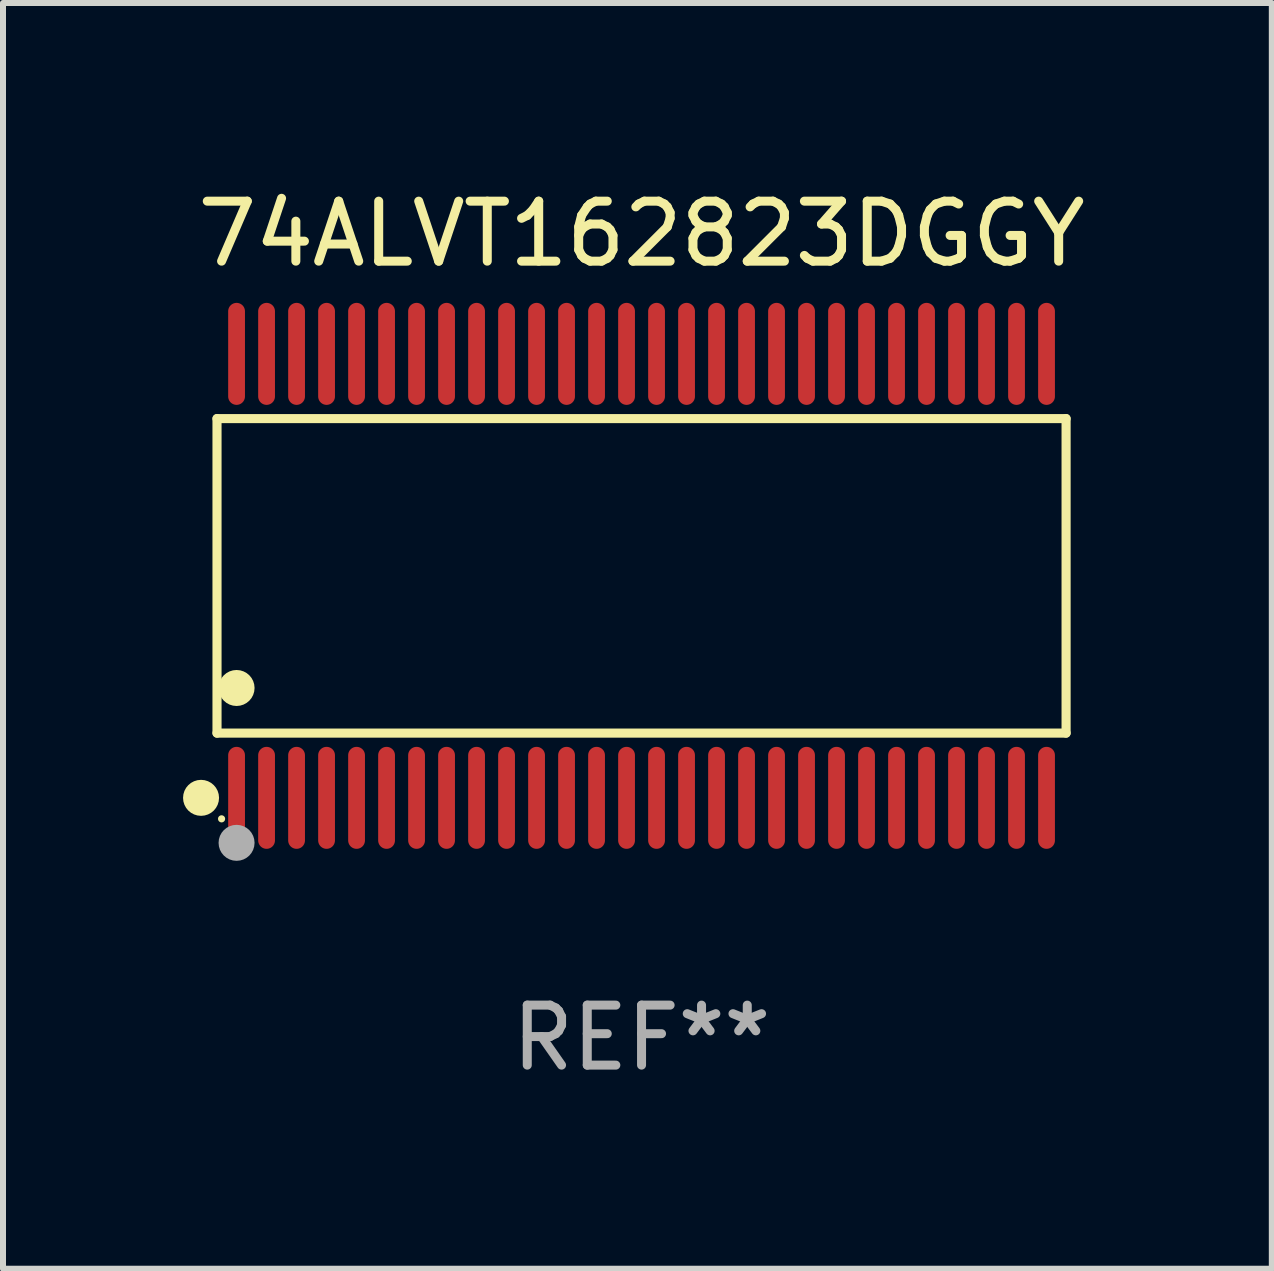
<source format=kicad_pcb>
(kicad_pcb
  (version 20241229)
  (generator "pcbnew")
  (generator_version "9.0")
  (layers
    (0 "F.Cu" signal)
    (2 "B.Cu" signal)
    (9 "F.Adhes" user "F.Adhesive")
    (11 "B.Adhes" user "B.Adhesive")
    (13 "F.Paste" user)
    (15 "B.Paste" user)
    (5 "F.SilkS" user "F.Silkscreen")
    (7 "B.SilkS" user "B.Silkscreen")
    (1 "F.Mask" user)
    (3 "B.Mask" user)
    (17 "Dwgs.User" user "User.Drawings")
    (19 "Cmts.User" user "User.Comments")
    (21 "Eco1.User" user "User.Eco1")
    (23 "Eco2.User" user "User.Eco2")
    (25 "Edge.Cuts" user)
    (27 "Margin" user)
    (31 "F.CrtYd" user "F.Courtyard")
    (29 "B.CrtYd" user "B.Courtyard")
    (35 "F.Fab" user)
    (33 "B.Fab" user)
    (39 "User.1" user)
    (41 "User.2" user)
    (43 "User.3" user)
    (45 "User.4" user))
  (footprint "74ALVT162823DGGY"
    (layer "F.Cu")
    (at 7.643 6.548)
    (property "Reference" "74ALVT162823DGGY" (at 0 -5.7 0) (layer "F.SilkS") (effects (font (size 1 1) (thickness 0.15))))
    (attr through_hole)
    (fp_line (start -7.076 -2.621) (end 7.076 -2.621) (stroke (width 0.152) (type solid)) (layer "F.SilkS"))
    (fp_line (start -7.076 2.621) (end -7.076 -2.621) (stroke (width 0.152) (type solid)) (layer "F.SilkS"))
    (fp_line (start 7.076 -2.621) (end 7.076 2.621) (stroke (width 0.152) (type solid)) (layer "F.SilkS"))
    (fp_line (start 7.076 2.621) (end -7.076 2.621) (stroke (width 0.152) (type solid)) (layer "F.SilkS"))
    (fp_circle (center -7.342 3.7) (end -7.192 3.7) (stroke (width 0.3) (type solid)) (fill no) (layer "F.SilkS"))
    (fp_circle (center -7 4.05) (end -6.97 4.05) (stroke (width 0.06) (type solid)) (fill no) (layer "F.SilkS"))
    (fp_circle (center -6.75 1.869) (end -6.6 1.869) (stroke (width 0.3) (type solid)) (fill no) (layer "F.SilkS"))
    (fp_circle (center -6.75 4.45) (end -6.6 4.45) (stroke (width 0.3) (type solid)) (fill no) (layer "F.Fab"))
    (fp_text user "REF**" (at 0 7.7 0) (layer "F.Fab") (effects (font (size 1 1) (thickness 0.15))))
    (pad "1" smd oval (at -6.75 3.7) (size 0.28 1.7) (layers "F.Cu" "F.Mask" "F.Paste"))
    (pad "2" smd oval (at -6.25 3.7) (size 0.28 1.7) (layers "F.Cu" "F.Mask" "F.Paste"))
    (pad "3" smd oval (at -5.75 3.7) (size 0.28 1.7) (layers "F.Cu" "F.Mask" "F.Paste"))
    (pad "4" smd oval (at -5.25 3.7) (size 0.28 1.7) (layers "F.Cu" "F.Mask" "F.Paste"))
    (pad "5" smd oval (at -4.75 3.7) (size 0.28 1.7) (layers "F.Cu" "F.Mask" "F.Paste"))
    (pad "6" smd oval (at -4.25 3.7) (size 0.28 1.7) (layers "F.Cu" "F.Mask" "F.Paste"))
    (pad "7" smd oval (at -3.75 3.7) (size 0.28 1.7) (layers "F.Cu" "F.Mask" "F.Paste"))
    (pad "8" smd oval (at -3.25 3.7) (size 0.28 1.7) (layers "F.Cu" "F.Mask" "F.Paste"))
    (pad "9" smd oval (at -2.75 3.7) (size 0.28 1.7) (layers "F.Cu" "F.Mask" "F.Paste"))
    (pad "10" smd oval (at -2.25 3.7) (size 0.28 1.7) (layers "F.Cu" "F.Mask" "F.Paste"))
    (pad "11" smd oval (at -1.75 3.7) (size 0.28 1.7) (layers "F.Cu" "F.Mask" "F.Paste"))
    (pad "12" smd oval (at -1.25 3.7) (size 0.28 1.7) (layers "F.Cu" "F.Mask" "F.Paste"))
    (pad "13" smd oval (at -0.75 3.7) (size 0.28 1.7) (layers "F.Cu" "F.Mask" "F.Paste"))
    (pad "14" smd oval (at -0.25 3.7) (size 0.28 1.7) (layers "F.Cu" "F.Mask" "F.Paste"))
    (pad "15" smd oval (at 0.25 3.7) (size 0.28 1.7) (layers "F.Cu" "F.Mask" "F.Paste"))
    (pad "16" smd oval (at 0.75 3.7) (size 0.28 1.7) (layers "F.Cu" "F.Mask" "F.Paste"))
    (pad "17" smd oval (at 1.25 3.7) (size 0.28 1.7) (layers "F.Cu" "F.Mask" "F.Paste"))
    (pad "18" smd oval (at 1.75 3.7) (size 0.28 1.7) (layers "F.Cu" "F.Mask" "F.Paste"))
    (pad "19" smd oval (at 2.25 3.7) (size 0.28 1.7) (layers "F.Cu" "F.Mask" "F.Paste"))
    (pad "20" smd oval (at 2.75 3.7) (size 0.28 1.7) (layers "F.Cu" "F.Mask" "F.Paste"))
    (pad "21" smd oval (at 3.25 3.7) (size 0.28 1.7) (layers "F.Cu" "F.Mask" "F.Paste"))
    (pad "22" smd oval (at 3.75 3.7) (size 0.28 1.7) (layers "F.Cu" "F.Mask" "F.Paste"))
    (pad "23" smd oval (at 4.25 3.7) (size 0.28 1.7) (layers "F.Cu" "F.Mask" "F.Paste"))
    (pad "24" smd oval (at 4.75 3.7) (size 0.28 1.7) (layers "F.Cu" "F.Mask" "F.Paste"))
    (pad "25" smd oval (at 5.25 3.7) (size 0.28 1.7) (layers "F.Cu" "F.Mask" "F.Paste"))
    (pad "26" smd oval (at 5.75 3.7) (size 0.28 1.7) (layers "F.Cu" "F.Mask" "F.Paste"))
    (pad "27" smd oval (at 6.25 3.7) (size 0.28 1.7) (layers "F.Cu" "F.Mask" "F.Paste"))
    (pad "28" smd oval (at 6.75 3.7) (size 0.28 1.7) (layers "F.Cu" "F.Mask" "F.Paste"))
    (pad "29" smd oval (at 6.75 -3.7) (size 0.28 1.7) (layers "F.Cu" "F.Mask" "F.Paste"))
    (pad "30" smd oval (at 6.25 -3.7) (size 0.28 1.7) (layers "F.Cu" "F.Mask" "F.Paste"))
    (pad "31" smd oval (at 5.75 -3.7) (size 0.28 1.7) (layers "F.Cu" "F.Mask" "F.Paste"))
    (pad "32" smd oval (at 5.25 -3.7) (size 0.28 1.7) (layers "F.Cu" "F.Mask" "F.Paste"))
    (pad "33" smd oval (at 4.75 -3.7) (size 0.28 1.7) (layers "F.Cu" "F.Mask" "F.Paste"))
    (pad "34" smd oval (at 4.25 -3.7) (size 0.28 1.7) (layers "F.Cu" "F.Mask" "F.Paste"))
    (pad "35" smd oval (at 3.75 -3.7) (size 0.28 1.7) (layers "F.Cu" "F.Mask" "F.Paste"))
    (pad "36" smd oval (at 3.25 -3.7) (size 0.28 1.7) (layers "F.Cu" "F.Mask" "F.Paste"))
    (pad "37" smd oval (at 2.75 -3.7) (size 0.28 1.7) (layers "F.Cu" "F.Mask" "F.Paste"))
    (pad "38" smd oval (at 2.25 -3.7) (size 0.28 1.7) (layers "F.Cu" "F.Mask" "F.Paste"))
    (pad "39" smd oval (at 1.75 -3.7) (size 0.28 1.7) (layers "F.Cu" "F.Mask" "F.Paste"))
    (pad "40" smd oval (at 1.25 -3.7) (size 0.28 1.7) (layers "F.Cu" "F.Mask" "F.Paste"))
    (pad "41" smd oval (at 0.75 -3.7) (size 0.28 1.7) (layers "F.Cu" "F.Mask" "F.Paste"))
    (pad "42" smd oval (at 0.25 -3.7) (size 0.28 1.7) (layers "F.Cu" "F.Mask" "F.Paste"))
    (pad "43" smd oval (at -0.25 -3.7) (size 0.28 1.7) (layers "F.Cu" "F.Mask" "F.Paste"))
    (pad "44" smd oval (at -0.75 -3.7) (size 0.28 1.7) (layers "F.Cu" "F.Mask" "F.Paste"))
    (pad "45" smd oval (at -1.25 -3.7) (size 0.28 1.7) (layers "F.Cu" "F.Mask" "F.Paste"))
    (pad "46" smd oval (at -1.75 -3.7) (size 0.28 1.7) (layers "F.Cu" "F.Mask" "F.Paste"))
    (pad "47" smd oval (at -2.25 -3.7) (size 0.28 1.7) (layers "F.Cu" "F.Mask" "F.Paste"))
    (pad "48" smd oval (at -2.75 -3.7) (size 0.28 1.7) (layers "F.Cu" "F.Mask" "F.Paste"))
    (pad "49" smd oval (at -3.25 -3.7) (size 0.28 1.7) (layers "F.Cu" "F.Mask" "F.Paste"))
    (pad "50" smd oval (at -3.75 -3.7) (size 0.28 1.7) (layers "F.Cu" "F.Mask" "F.Paste"))
    (pad "51" smd oval (at -4.25 -3.7) (size 0.28 1.7) (layers "F.Cu" "F.Mask" "F.Paste"))
    (pad "52" smd oval (at -4.75 -3.7) (size 0.28 1.7) (layers "F.Cu" "F.Mask" "F.Paste"))
    (pad "53" smd oval (at -5.25 -3.7) (size 0.28 1.7) (layers "F.Cu" "F.Mask" "F.Paste"))
    (pad "54" smd oval (at -5.75 -3.7) (size 0.28 1.7) (layers "F.Cu" "F.Mask" "F.Paste"))
    (pad "55" smd oval (at -6.25 -3.7) (size 0.28 1.7) (layers "F.Cu" "F.Mask" "F.Paste"))
    (pad "56" smd oval (at -6.75 -3.7) (size 0.28 1.7) (layers "F.Cu" "F.Mask" "F.Paste")))
  (gr_rect
    (start -3 -3)
    (end 18.148 18.097)
    (stroke (width 0.1) (type default))
    (fill no)
    (layer "Edge.Cuts")))
</source>
